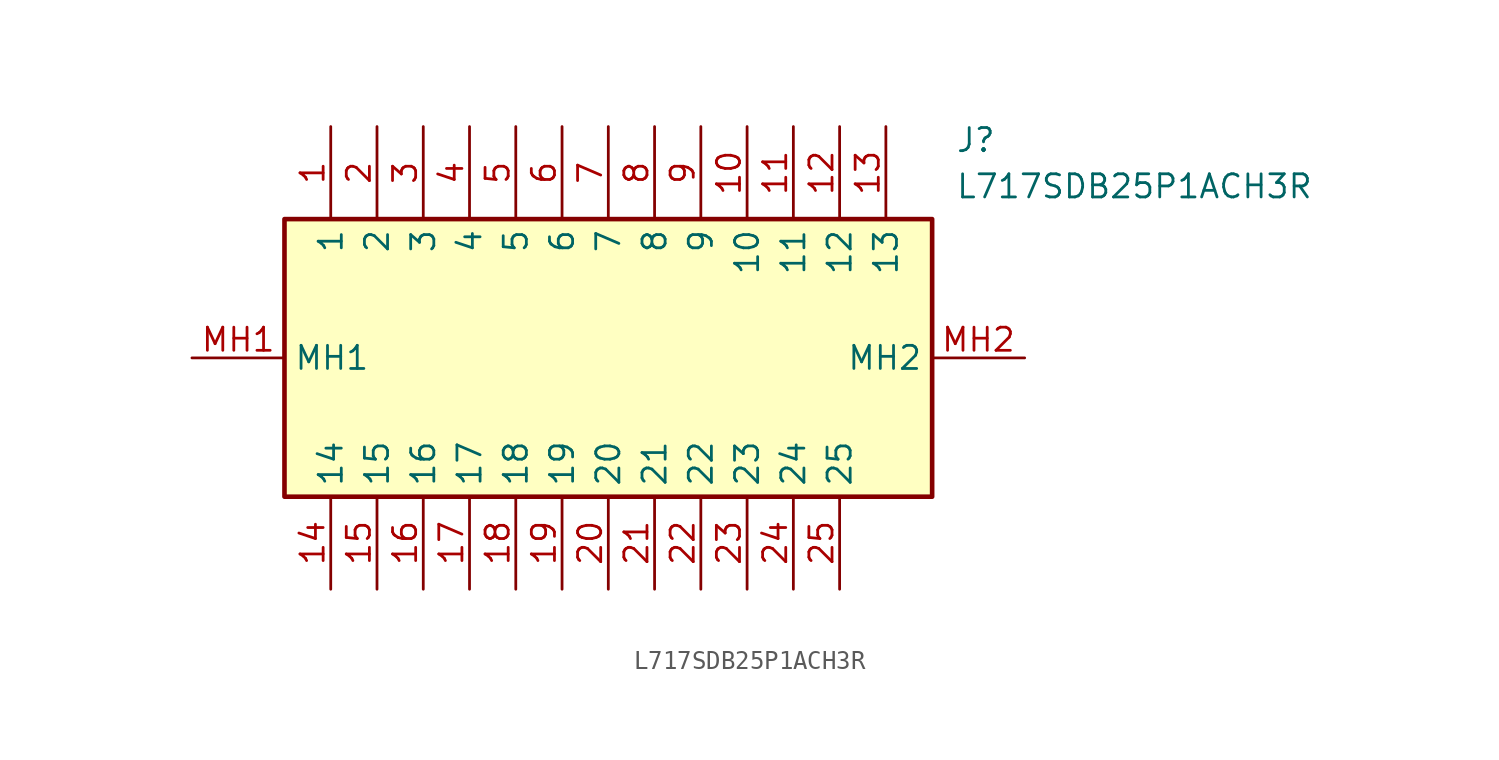
<source format=kicad_sym>
(kicad_symbol_lib
  (version 20211014)
  (generator SamacSys_ECAD_Model)
  (symbol "L717SDB25P1ACH3R"
    (property "Reference" "J"
      (at 41.91 12.7 0)
      (effects (font (size 1.27 1.27)) (justify left top)))
    (property "Value" "L717SDB25P1ACH3R"
      (at 41.91 10.16 0)
      (effects (font (size 1.27 1.27)) (justify left top)))
    (rectangle
      (start 5.08 7.62)
      (end 40.64 -7.62)
      (stroke (width 0.254) (type default))
      (fill (type background)))
    (pin passive line
      (at 7.62 12.7 270)
      (length 5.08)
      (name "1" (effects (font (size 1.27 1.27))))
      (number "1" (effects (font (size 1.27 1.27)))))
    (pin passive line
      (at 10.16 12.7 270)
      (length 5.08)
      (name "2" (effects (font (size 1.27 1.27))))
      (number "2" (effects (font (size 1.27 1.27)))))
    (pin passive line
      (at 12.7 12.7 270)
      (length 5.08)
      (name "3" (effects (font (size 1.27 1.27))))
      (number "3" (effects (font (size 1.27 1.27)))))
    (pin passive line
      (at 15.24 12.7 270)
      (length 5.08)
      (name "4" (effects (font (size 1.27 1.27))))
      (number "4" (effects (font (size 1.27 1.27)))))
    (pin passive line
      (at 17.78 12.7 270)
      (length 5.08)
      (name "5" (effects (font (size 1.27 1.27))))
      (number "5" (effects (font (size 1.27 1.27)))))
    (pin passive line
      (at 20.32 12.7 270)
      (length 5.08)
      (name "6" (effects (font (size 1.27 1.27))))
      (number "6" (effects (font (size 1.27 1.27)))))
    (pin passive line
      (at 22.86 12.7 270)
      (length 5.08)
      (name "7" (effects (font (size 1.27 1.27))))
      (number "7" (effects (font (size 1.27 1.27)))))
    (pin passive line
      (at 25.4 12.7 270)
      (length 5.08)
      (name "8" (effects (font (size 1.27 1.27))))
      (number "8" (effects (font (size 1.27 1.27)))))
    (pin passive line
      (at 27.94 12.7 270)
      (length 5.08)
      (name "9" (effects (font (size 1.27 1.27))))
      (number "9" (effects (font (size 1.27 1.27)))))
    (pin passive line
      (at 30.48 12.7 270)
      (length 5.08)
      (name "10" (effects (font (size 1.27 1.27))))
      (number "10" (effects (font (size 1.27 1.27)))))
    (pin passive line
      (at 33.02 12.7 270)
      (length 5.08)
      (name "11" (effects (font (size 1.27 1.27))))
      (number "11" (effects (font (size 1.27 1.27)))))
    (pin passive line
      (at 35.56 12.7 270)
      (length 5.08)
      (name "12" (effects (font (size 1.27 1.27))))
      (number "12" (effects (font (size 1.27 1.27)))))
    (pin passive line
      (at 38.1 12.7 270)
      (length 5.08)
      (name "13" (effects (font (size 1.27 1.27))))
      (number "13" (effects (font (size 1.27 1.27)))))
    (pin passive line
      (at 7.62 -12.7 90)
      (length 5.08)
      (name "14" (effects (font (size 1.27 1.27))))
      (number "14" (effects (font (size 1.27 1.27)))))
    (pin passive line
      (at 10.16 -12.7 90)
      (length 5.08)
      (name "15" (effects (font (size 1.27 1.27))))
      (number "15" (effects (font (size 1.27 1.27)))))
    (pin passive line
      (at 12.7 -12.7 90)
      (length 5.08)
      (name "16" (effects (font (size 1.27 1.27))))
      (number "16" (effects (font (size 1.27 1.27)))))
    (pin passive line
      (at 15.24 -12.7 90)
      (length 5.08)
      (name "17" (effects (font (size 1.27 1.27))))
      (number "17" (effects (font (size 1.27 1.27)))))
    (pin passive line
      (at 17.78 -12.7 90)
      (length 5.08)
      (name "18" (effects (font (size 1.27 1.27))))
      (number "18" (effects (font (size 1.27 1.27)))))
    (pin passive line
      (at 20.32 -12.7 90)
      (length 5.08)
      (name "19" (effects (font (size 1.27 1.27))))
      (number "19" (effects (font (size 1.27 1.27)))))
    (pin passive line
      (at 22.86 -12.7 90)
      (length 5.08)
      (name "20" (effects (font (size 1.27 1.27))))
      (number "20" (effects (font (size 1.27 1.27)))))
    (pin passive line
      (at 25.4 -12.7 90)
      (length 5.08)
      (name "21" (effects (font (size 1.27 1.27))))
      (number "21" (effects (font (size 1.27 1.27)))))
    (pin passive line
      (at 27.94 -12.7 90)
      (length 5.08)
      (name "22" (effects (font (size 1.27 1.27))))
      (number "22" (effects (font (size 1.27 1.27)))))
    (pin passive line
      (at 30.48 -12.7 90)
      (length 5.08)
      (name "23" (effects (font (size 1.27 1.27))))
      (number "23" (effects (font (size 1.27 1.27)))))
    (pin passive line
      (at 33.02 -12.7 90)
      (length 5.08)
      (name "24" (effects (font (size 1.27 1.27))))
      (number "24" (effects (font (size 1.27 1.27)))))
    (pin passive line
      (at 35.56 -12.7 90)
      (length 5.08)
      (name "25" (effects (font (size 1.27 1.27))))
      (number "25" (effects (font (size 1.27 1.27)))))
    (pin passive line
      (at 0 0 0)
      (length 5.08)
      (name "MH1" (effects (font (size 1.27 1.27))))
      (number "MH1" (effects (font (size 1.27 1.27)))))
    (pin passive line
      (at 45.72 0 180)
      (length 5.08)
      (name "MH2" (effects (font (size 1.27 1.27))))
      (number "MH2" (effects (font (size 1.27 1.27)))))))
</source>
